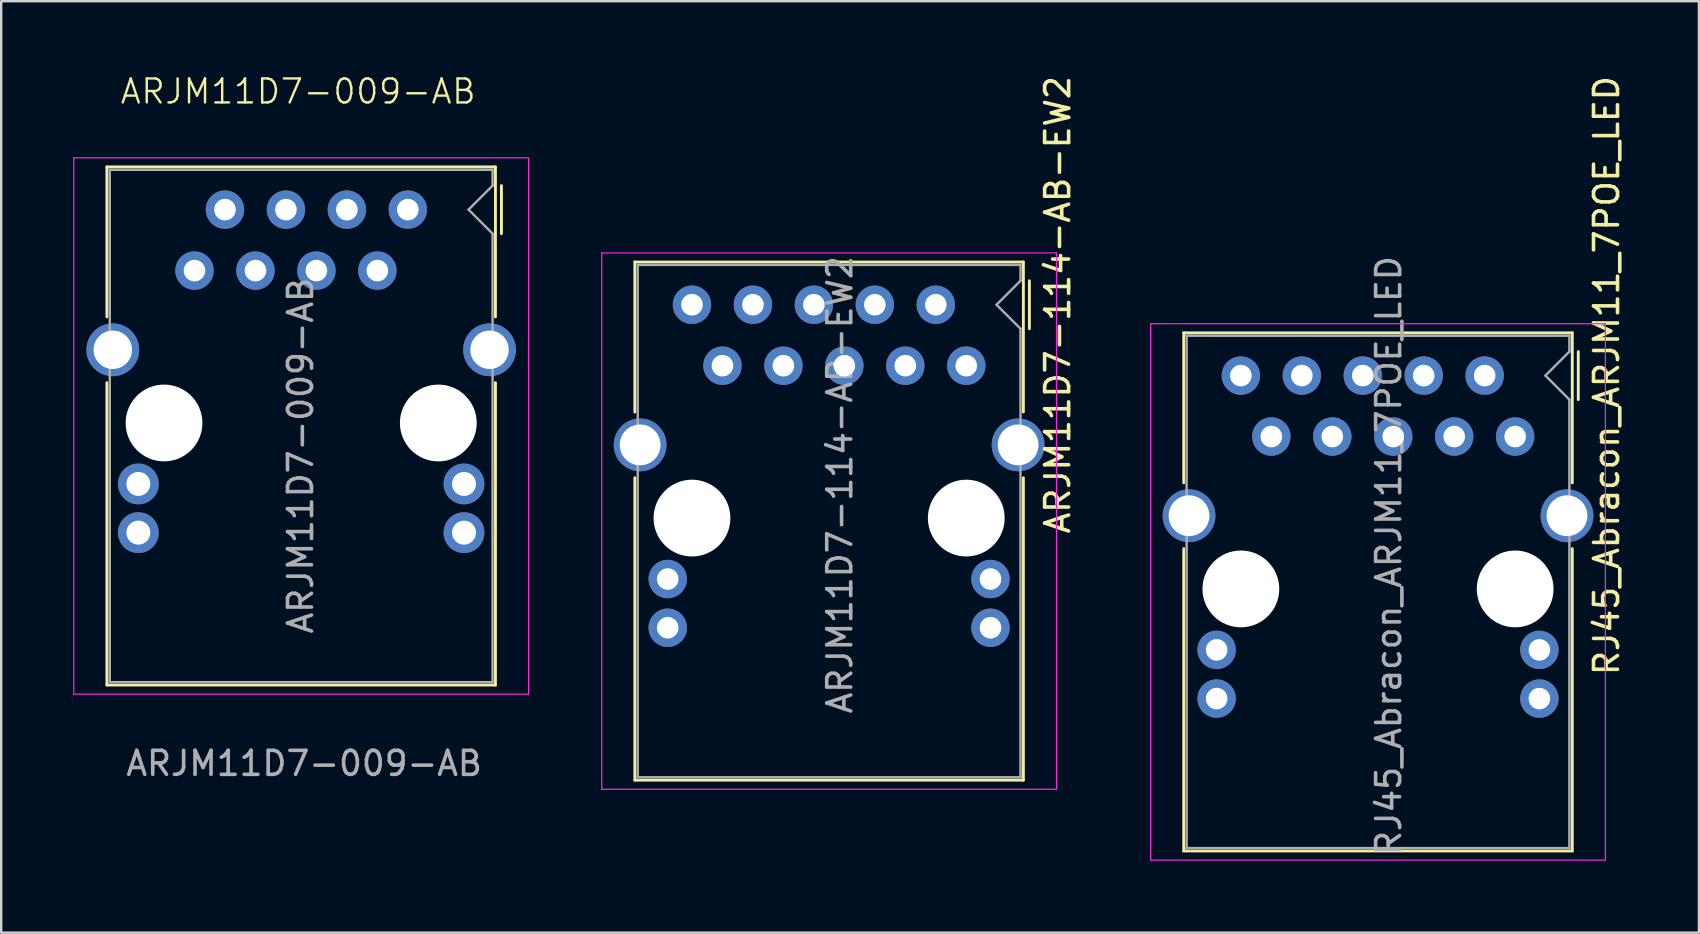
<source format=kicad_pcb>
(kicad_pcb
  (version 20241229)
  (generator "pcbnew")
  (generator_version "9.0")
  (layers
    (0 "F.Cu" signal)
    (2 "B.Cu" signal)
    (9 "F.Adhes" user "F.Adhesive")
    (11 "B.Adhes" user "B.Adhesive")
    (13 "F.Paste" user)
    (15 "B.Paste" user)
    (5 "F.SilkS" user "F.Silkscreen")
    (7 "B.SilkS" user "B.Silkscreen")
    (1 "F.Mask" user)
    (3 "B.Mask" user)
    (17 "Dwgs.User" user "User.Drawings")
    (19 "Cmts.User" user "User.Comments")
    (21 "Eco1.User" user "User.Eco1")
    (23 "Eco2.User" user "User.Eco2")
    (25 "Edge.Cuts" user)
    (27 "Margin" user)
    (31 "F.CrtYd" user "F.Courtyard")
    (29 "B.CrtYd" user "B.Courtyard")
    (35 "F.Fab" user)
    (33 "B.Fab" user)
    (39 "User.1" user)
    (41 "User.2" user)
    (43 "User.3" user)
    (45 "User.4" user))
  (footprint "ARJM11D7-009-AB"
    (layer "F.Cu")
    (at 9.5 5.686)
    (property "Reference" "ARJM11D7-009-AB" (at -0.125 -4.925 0) (unlocked yes) (layer "F.SilkS") (effects (font (size 1 1) (thickness 0.1))))
    (attr smd)
    (fp_line (start -8.095 -1.78) (end -8.095 4.47) (stroke (width 0.12) (type solid)) (layer "F.SilkS"))
    (fp_line (start -8.095 7.21) (end -8.095 19.81) (stroke (width 0.12) (type solid)) (layer "F.SilkS"))
    (fp_line (start -8.095 19.81) (end 8.095 19.81) (stroke (width 0.12) (type solid)) (layer "F.SilkS"))
    (fp_line (start 8.095 -1.78) (end -8.095 -1.78) (stroke (width 0.12) (type solid)) (layer "F.SilkS"))
    (fp_line (start 8.095 4.47) (end 8.095 -1.78) (stroke (width 0.12) (type solid)) (layer "F.SilkS"))
    (fp_line (start 8.095 19.81) (end 8.095 7.21) (stroke (width 0.12) (type solid)) (layer "F.SilkS"))
    (fp_line (start 8.345 -1) (end 8.345 1) (stroke (width 0.12) (type solid)) (layer "F.SilkS"))
    (fp_line (start -9.475 20.19) (end -9.475 -2.16) (stroke (width 0.05) (type solid)) (layer "F.CrtYd"))
    (fp_line (start -9.475 20.19) (end 9.475 20.19) (stroke (width 0.05) (type solid)) (layer "F.CrtYd"))
    (fp_line (start 9.475 -2.16) (end -9.475 -2.16) (stroke (width 0.05) (type solid)) (layer "F.CrtYd"))
    (fp_line (start 9.475 20.19) (end 9.475 -2.16) (stroke (width 0.05) (type solid)) (layer "F.CrtYd"))
    (fp_line (start -7.975 -1.66) (end -7.975 19.69) (stroke (width 0.1) (type solid)) (layer "F.Fab"))
    (fp_line (start -7.975 19.69) (end 7.975 19.69) (stroke (width 0.1) (type solid)) (layer "F.Fab"))
    (fp_line (start 6.975 0) (end 7.975 -1) (stroke (width 0.1) (type solid)) (layer "F.Fab"))
    (fp_line (start 6.975 0) (end 7.975 1) (stroke (width 0.1) (type solid)) (layer "F.Fab"))
    (fp_line (start 7.975 -1.66) (end -7.975 -1.66) (stroke (width 0.1) (type solid)) (layer "F.Fab"))
    (fp_line (start 7.975 -1) (end 7.975 -1.66) (stroke (width 0.1) (type solid)) (layer "F.Fab"))
    (fp_line (start 7.975 19.69) (end 7.975 1) (stroke (width 0.1) (type solid)) (layer "F.Fab"))
    (fp_text user "${REFERENCE}" (at -0.025 10.25 90) (layer "F.Fab") (effects (font (size 1 1) (thickness 0.15))))
    (fp_text user "${REFERENCE}" (at 0.125 23.075 0) (unlocked yes) (layer "F.Fab") (effects (font (size 1 1) (thickness 0.15))))
    (pad "" np_thru_hole circle (at -5.715 8.89) (size 3.2 3.2) (drill 3.25) (layers "*.Cu" "*.Mask"))
    (pad "" np_thru_hole circle (at 5.715 8.89) (size 3.2 3.2) (drill 3.25) (layers "*.Cu" "*.Mask"))
    (pad "1" thru_hole circle (at 4.445 0) (size 1.6 1.6) (drill 0.9) (layers "*.Cu" "*.Mask"))
    (pad "2" thru_hole circle (at 3.175 2.54) (size 1.6 1.6) (drill 0.9) (layers "*.Cu" "*.Mask"))
    (pad "3" thru_hole circle (at 1.905 0) (size 1.6 1.6) (drill 0.9) (layers "*.Cu" "*.Mask"))
    (pad "4" thru_hole circle (at 0.635 2.54) (size 1.6 1.6) (drill 0.9) (layers "*.Cu" "*.Mask"))
    (pad "5" thru_hole circle (at -0.635 0) (size 1.6 1.6) (drill 0.9) (layers "*.Cu" "*.Mask"))
    (pad "6" thru_hole circle (at -1.905 2.54) (size 1.6 1.6) (drill 0.9) (layers "*.Cu" "*.Mask"))
    (pad "7" thru_hole circle (at -3.175 0) (size 1.6 1.6) (drill 0.9) (layers "*.Cu" "*.Mask"))
    (pad "8" thru_hole circle (at -4.445 2.54) (size 1.6 1.6) (drill 0.9) (layers "*.Cu" "*.Mask"))
    (pad "9" thru_hole circle (at -6.785 11.43) (size 1.7 1.7) (drill 1) (layers "*.Cu" "*.Mask"))
    (pad "10" thru_hole circle (at -6.785 13.46) (size 1.7 1.7) (drill 1) (layers "*.Cu" "*.Mask"))
    (pad "11" thru_hole circle (at 6.785 11.43) (size 1.7 1.7) (drill 1) (layers "*.Cu" "*.Mask"))
    (pad "12" thru_hole circle (at 6.785 13.46) (size 1.7 1.7) (drill 1) (layers "*.Cu" "*.Mask"))
    (pad "SH" thru_hole circle (at -7.85 5.84) (size 2.2 2.2) (drill 1.6) (layers "*.Cu" "*.Mask"))
    (pad "SH" thru_hole circle (at 7.85 5.84) (size 2.2 2.2) (drill 1.6) (layers "*.Cu" "*.Mask")))
  (footprint "RJ45_Abracon_ARJM11_7POE_LED"
    (layer "F.Cu")
    (at 48.658 12.601)
    (property "Reference" "RJ45_Abracon_ARJM11_7POE_LED" (at 15.24 0 270) (layer "F.SilkS") (effects (font (size 1 1) (thickness 0.15))))
    (attr through_hole)
    (fp_line (start -2.38 -1.78) (end -2.38 4.47) (stroke (width 0.12) (type solid)) (layer "F.SilkS"))
    (fp_line (start -2.38 7.21) (end -2.38 19.81) (stroke (width 0.12) (type solid)) (layer "F.SilkS"))
    (fp_line (start -2.38 19.81) (end 13.81 19.81) (stroke (width 0.12) (type solid)) (layer "F.SilkS"))
    (fp_line (start 13.81 -1.78) (end -2.38 -1.78) (stroke (width 0.12) (type solid)) (layer "F.SilkS"))
    (fp_line (start 13.81 4.47) (end 13.81 -1.78) (stroke (width 0.12) (type solid)) (layer "F.SilkS"))
    (fp_line (start 13.81 19.81) (end 13.81 7.21) (stroke (width 0.12) (type solid)) (layer "F.SilkS"))
    (fp_line (start 14.06 -1) (end 14.06 1) (stroke (width 0.12) (type solid)) (layer "F.SilkS"))
    (fp_line (start -3.76 20.19) (end -3.76 -2.16) (stroke (width 0.05) (type solid)) (layer "F.CrtYd"))
    (fp_line (start -3.76 20.19) (end 15.19 20.19) (stroke (width 0.05) (type solid)) (layer "F.CrtYd"))
    (fp_line (start 15.19 -2.16) (end -3.76 -2.16) (stroke (width 0.05) (type solid)) (layer "F.CrtYd"))
    (fp_line (start 15.19 20.19) (end 15.19 -2.16) (stroke (width 0.05) (type solid)) (layer "F.CrtYd"))
    (fp_line (start -2.26 -1.66) (end -2.26 19.69) (stroke (width 0.1) (type solid)) (layer "F.Fab"))
    (fp_line (start -2.26 19.69) (end 13.69 19.69) (stroke (width 0.1) (type solid)) (layer "F.Fab"))
    (fp_line (start 12.69 0) (end 13.69 -1) (stroke (width 0.1) (type solid)) (layer "F.Fab"))
    (fp_line (start 12.69 0) (end 13.69 1) (stroke (width 0.1) (type solid)) (layer "F.Fab"))
    (fp_line (start 13.69 -1.66) (end -2.26 -1.66) (stroke (width 0.1) (type solid)) (layer "F.Fab"))
    (fp_line (start 13.69 -1) (end 13.69 -1.66) (stroke (width 0.1) (type solid)) (layer "F.Fab"))
    (fp_line (start 13.69 19.69) (end 13.69 1) (stroke (width 0.1) (type solid)) (layer "F.Fab"))
    (fp_text user "${REFERENCE}" (at 6.16 7.5 90) (layer "F.Fab") (effects (font (size 1 1) (thickness 0.15))))
    (pad "" np_thru_hole circle (at 0 8.89) (size 3.2 3.2) (drill 3.25) (layers "*.Cu" "*.Mask"))
    (pad "" np_thru_hole circle (at 11.43 8.89) (size 3.2 3.2) (drill 3.25) (layers "*.Cu" "*.Mask"))
    (pad "1" thru_hole circle (at 11.43 2.54) (size 1.6 1.6) (drill 0.9) (layers "*.Cu" "*.Mask"))
    (pad "2" thru_hole circle (at 10.16 0) (size 1.6 1.6) (drill 0.9) (layers "*.Cu" "*.Mask"))
    (pad "3" thru_hole circle (at 8.89 2.54) (size 1.6 1.6) (drill 0.9) (layers "*.Cu" "*.Mask"))
    (pad "4" thru_hole circle (at 7.62 0) (size 1.6 1.6) (drill 0.9) (layers "*.Cu" "*.Mask"))
    (pad "5" thru_hole circle (at 6.35 2.54) (size 1.6 1.6) (drill 0.9) (layers "*.Cu" "*.Mask"))
    (pad "6" thru_hole circle (at 5.08 0) (size 1.6 1.6) (drill 0.9) (layers "*.Cu" "*.Mask"))
    (pad "7" thru_hole circle (at 3.81 2.54) (size 1.6 1.6) (drill 0.9) (layers "*.Cu" "*.Mask"))
    (pad "8" thru_hole circle (at 2.54 0) (size 1.6 1.6) (drill 0.9) (layers "*.Cu" "*.Mask"))
    (pad "9" thru_hole circle (at 1.27 2.54) (size 1.6 1.6) (drill 0.9) (layers "*.Cu" "*.Mask"))
    (pad "10" thru_hole circle (at 0 0) (size 1.6 1.6) (drill 0.9) (layers "*.Cu" "*.Mask"))
    (pad "11" thru_hole circle (at 12.44 11.43) (size 1.6 1.6) (drill 0.9) (layers "*.Cu" "*.Mask"))
    (pad "12" thru_hole circle (at 12.44 13.46) (size 1.6 1.6) (drill 0.9) (layers "*.Cu" "*.Mask"))
    (pad "13" thru_hole circle (at -1.01 11.43) (size 1.6 1.6) (drill 0.9) (layers "*.Cu" "*.Mask"))
    (pad "14" thru_hole circle (at -1.01 13.46) (size 1.6 1.6) (drill 0.9) (layers "*.Cu" "*.Mask"))
    (pad "SH" thru_hole circle (at -2.16 5.84) (size 2.2 2.2) (drill 1.7) (layers "*.Cu" "*.Mask"))
    (pad "SH" thru_hole circle (at 13.59 5.84) (size 2.2 2.2) (drill 1.7) (layers "*.Cu" "*.Mask")))
  (footprint "ARJM11D7-114-AB-EW2"
    (layer "F.Cu")
    (at 31.5 9.649)
    (property "Reference" "ARJM11D7-114-AB-EW2" (at 9.525 0 270) (layer "F.SilkS") (effects (font (size 1 1) (thickness 0.15))))
    (attr through_hole)
    (fp_line (start -8.095 -1.78) (end -8.095 4.47) (stroke (width 0.12) (type solid)) (layer "F.SilkS"))
    (fp_line (start -8.095 7.21) (end -8.095 19.81) (stroke (width 0.12) (type solid)) (layer "F.SilkS"))
    (fp_line (start -8.095 19.81) (end 8.095 19.81) (stroke (width 0.12) (type solid)) (layer "F.SilkS"))
    (fp_line (start 8.095 -1.78) (end -8.095 -1.78) (stroke (width 0.12) (type solid)) (layer "F.SilkS"))
    (fp_line (start 8.095 4.47) (end 8.095 -1.78) (stroke (width 0.12) (type solid)) (layer "F.SilkS"))
    (fp_line (start 8.095 19.81) (end 8.095 7.21) (stroke (width 0.12) (type solid)) (layer "F.SilkS"))
    (fp_line (start 8.345 -1) (end 8.345 1) (stroke (width 0.12) (type solid)) (layer "F.SilkS"))
    (fp_line (start -9.475 20.19) (end -9.475 -2.16) (stroke (width 0.05) (type solid)) (layer "F.CrtYd"))
    (fp_line (start -9.475 20.19) (end 9.475 20.19) (stroke (width 0.05) (type solid)) (layer "F.CrtYd"))
    (fp_line (start 9.475 -2.16) (end -9.475 -2.16) (stroke (width 0.05) (type solid)) (layer "F.CrtYd"))
    (fp_line (start 9.475 20.19) (end 9.475 -2.16) (stroke (width 0.05) (type solid)) (layer "F.CrtYd"))
    (fp_line (start -7.975 -1.66) (end -7.975 19.69) (stroke (width 0.1) (type solid)) (layer "F.Fab"))
    (fp_line (start -7.975 19.69) (end 7.975 19.69) (stroke (width 0.1) (type solid)) (layer "F.Fab"))
    (fp_line (start 6.975 0) (end 7.975 -1) (stroke (width 0.1) (type solid)) (layer "F.Fab"))
    (fp_line (start 6.975 0) (end 7.975 1) (stroke (width 0.1) (type solid)) (layer "F.Fab"))
    (fp_line (start 7.975 -1.66) (end -7.975 -1.66) (stroke (width 0.1) (type solid)) (layer "F.Fab"))
    (fp_line (start 7.975 -1) (end 7.975 -1.66) (stroke (width 0.1) (type solid)) (layer "F.Fab"))
    (fp_line (start 7.975 19.69) (end 7.975 1) (stroke (width 0.1) (type solid)) (layer "F.Fab"))
    (fp_text user "${REFERENCE}" (at 0.445 7.5 90) (layer "F.Fab") (effects (font (size 1 1) (thickness 0.15))))
    (pad "" np_thru_hole circle (at -5.715 8.89) (size 3.2 3.2) (drill 3.25) (layers "*.Cu" "*.Mask"))
    (pad "" np_thru_hole circle (at 5.715 8.89) (size 3.2 3.2) (drill 3.25) (layers "*.Cu" "*.Mask"))
    (pad "1" thru_hole circle (at 5.715 2.54) (size 1.6 1.6) (drill 0.9) (layers "*.Cu" "*.Mask"))
    (pad "2" thru_hole circle (at 4.445 0) (size 1.6 1.6) (drill 0.9) (layers "*.Cu" "*.Mask"))
    (pad "3" thru_hole circle (at 3.175 2.54) (size 1.6 1.6) (drill 0.9) (layers "*.Cu" "*.Mask"))
    (pad "4" thru_hole circle (at 1.905 0) (size 1.6 1.6) (drill 0.9) (layers "*.Cu" "*.Mask"))
    (pad "5" thru_hole circle (at 0.635 2.54) (size 1.6 1.6) (drill 0.9) (layers "*.Cu" "*.Mask"))
    (pad "6" thru_hole circle (at -0.635 0) (size 1.6 1.6) (drill 0.9) (layers "*.Cu" "*.Mask"))
    (pad "7" thru_hole circle (at -1.905 2.54) (size 1.6 1.6) (drill 0.9) (layers "*.Cu" "*.Mask"))
    (pad "8" thru_hole circle (at -3.175 0) (size 1.6 1.6) (drill 0.9) (layers "*.Cu" "*.Mask"))
    (pad "9" thru_hole circle (at -4.445 2.54) (size 1.6 1.6) (drill 0.9) (layers "*.Cu" "*.Mask"))
    (pad "10" thru_hole circle (at -5.715 0) (size 1.6 1.6) (drill 0.9) (layers "*.Cu" "*.Mask"))
    (pad "11" thru_hole circle (at 6.725 11.43) (size 1.6 1.6) (drill 0.9) (layers "*.Cu" "*.Mask"))
    (pad "12" thru_hole circle (at 6.725 13.46) (size 1.6 1.6) (drill 0.9) (layers "*.Cu" "*.Mask"))
    (pad "13" thru_hole circle (at -6.725 11.43) (size 1.6 1.6) (drill 0.9) (layers "*.Cu" "*.Mask"))
    (pad "14" thru_hole circle (at -6.725 13.46) (size 1.6 1.6) (drill 0.9) (layers "*.Cu" "*.Mask"))
    (pad "SH" thru_hole circle (at -7.875 5.84) (size 2.2 2.2) (drill 1.7) (layers "*.Cu" "*.Mask"))
    (pad "SH" thru_hole circle (at 7.875 5.84) (size 2.2 2.2) (drill 1.7) (layers "*.Cu" "*.Mask")))
  (gr_rect
    (start -3 -3)
    (end 67.746 35.816)
    (stroke (width 0.1) (type default))
    (fill no)
    (layer "Edge.Cuts")))
</source>
